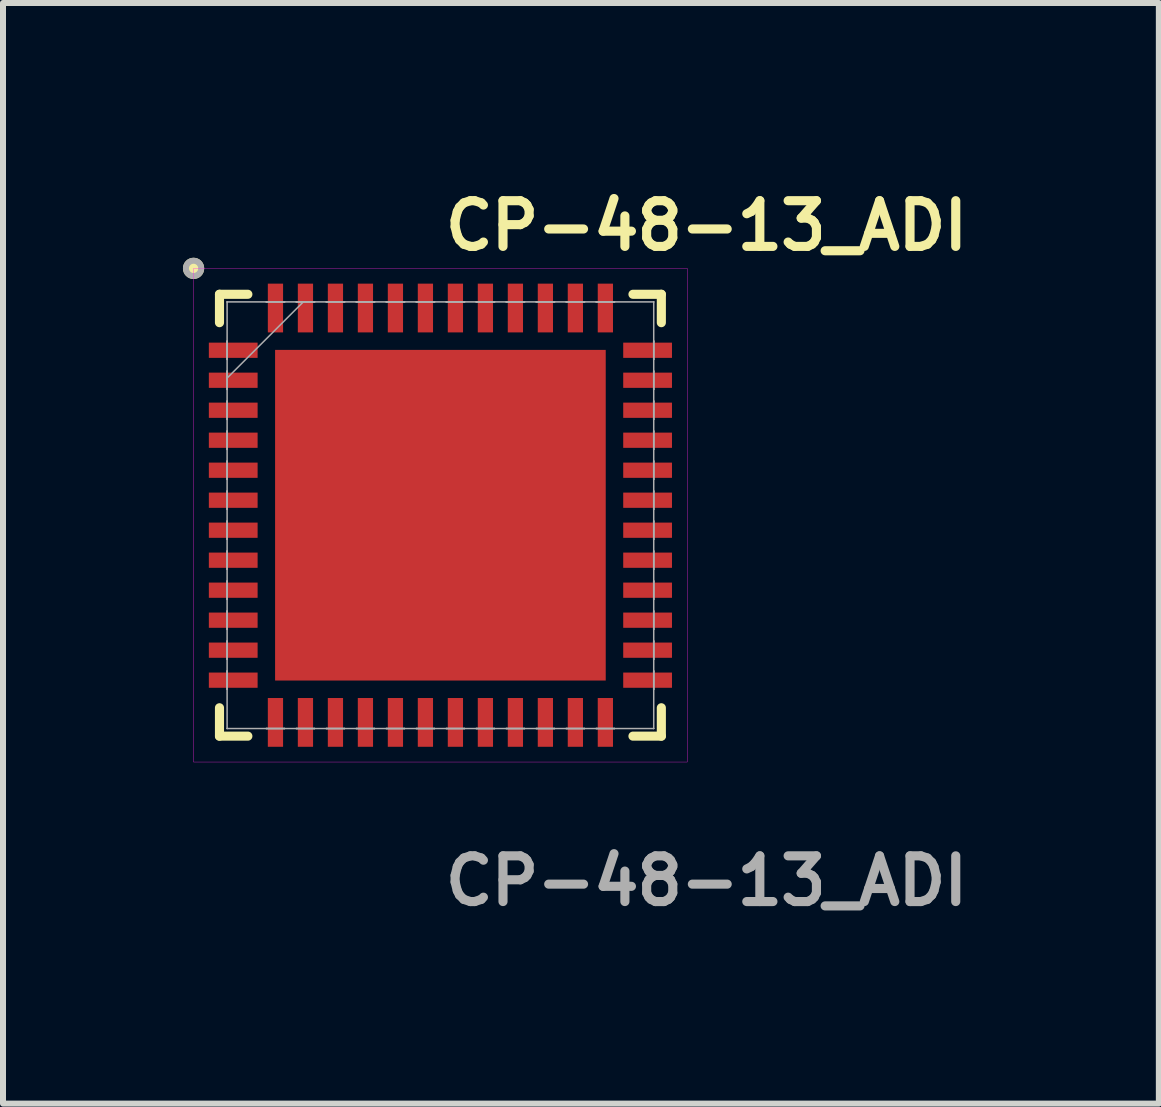
<source format=kicad_pcb>
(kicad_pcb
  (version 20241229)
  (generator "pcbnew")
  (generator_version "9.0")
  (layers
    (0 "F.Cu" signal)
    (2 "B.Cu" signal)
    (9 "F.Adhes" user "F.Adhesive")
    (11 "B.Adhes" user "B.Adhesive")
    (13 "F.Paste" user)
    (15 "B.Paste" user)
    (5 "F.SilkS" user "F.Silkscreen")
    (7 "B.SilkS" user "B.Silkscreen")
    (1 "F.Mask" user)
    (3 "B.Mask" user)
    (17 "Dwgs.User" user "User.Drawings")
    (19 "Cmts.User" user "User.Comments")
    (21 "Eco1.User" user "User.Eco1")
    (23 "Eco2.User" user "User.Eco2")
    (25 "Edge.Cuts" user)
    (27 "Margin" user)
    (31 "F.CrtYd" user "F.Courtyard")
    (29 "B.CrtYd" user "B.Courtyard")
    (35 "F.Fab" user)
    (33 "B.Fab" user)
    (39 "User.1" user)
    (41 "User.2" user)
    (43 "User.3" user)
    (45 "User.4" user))
  (footprint "CP-48-13_ADI"
    (layer "F.Cu")
    (at 4.292 5.539)
    (property "Reference" "CP-48-13_ADI" (at 0 -4.826 0) (unlocked yes) (layer "F.SilkS") (effects (font (size 0.762 0.762) (thickness 0.152) (bold yes)) (justify left)))
    (attr smd)
    (fp_line (start -3.683 -3.683) (end -3.683 -3.21) (stroke (width 0.152) (type solid)) (layer "F.SilkS"))
    (fp_line (start -3.683 3.21) (end -3.683 3.683) (stroke (width 0.152) (type solid)) (layer "F.SilkS"))
    (fp_line (start -3.683 3.683) (end -3.21 3.683) (stroke (width 0.152) (type solid)) (layer "F.SilkS"))
    (fp_line (start -3.21 -3.683) (end -3.683 -3.683) (stroke (width 0.152) (type solid)) (layer "F.SilkS"))
    (fp_line (start 3.21 3.683) (end 3.683 3.683) (stroke (width 0.152) (type solid)) (layer "F.SilkS"))
    (fp_line (start 3.683 -3.683) (end 3.21 -3.683) (stroke (width 0.152) (type solid)) (layer "F.SilkS"))
    (fp_line (start 3.683 -3.21) (end 3.683 -3.683) (stroke (width 0.152) (type solid)) (layer "F.SilkS"))
    (fp_line (start 3.683 3.683) (end 3.683 3.21) (stroke (width 0.152) (type solid)) (layer "F.SilkS"))
    (fp_circle (center -4.115 -4.115) (end -3.988 -4.115) (stroke (width 0.1) (type solid)) (fill yes) (layer "F.SilkS"))
    (fp_poly (pts (xy -2.656 -2.656) (xy -2.656 -1.478) (xy -1.478 -1.478) (xy -1.478 -2.656)) (stroke (width 0) (type solid)) (fill yes) (layer "F.Paste"))
    (fp_poly (pts (xy -2.656 -1.278) (xy -2.656 -0.1) (xy -1.478 -0.1) (xy -1.478 -1.278)) (stroke (width 0) (type solid)) (fill yes) (layer "F.Paste"))
    (fp_poly (pts (xy -2.656 0.1) (xy -2.656 1.278) (xy -1.478 1.278) (xy -1.478 0.1)) (stroke (width 0) (type solid)) (fill yes) (layer "F.Paste"))
    (fp_poly (pts (xy -2.656 1.478) (xy -2.656 2.656) (xy -1.478 2.656) (xy -1.478 1.478)) (stroke (width 0) (type solid)) (fill yes) (layer "F.Paste"))
    (fp_poly (pts (xy -1.278 -2.656) (xy -1.278 -1.478) (xy -0.1 -1.478) (xy -0.1 -2.656)) (stroke (width 0) (type solid)) (fill yes) (layer "F.Paste"))
    (fp_poly (pts (xy -1.278 -1.278) (xy -1.278 -0.1) (xy -0.1 -0.1) (xy -0.1 -1.278)) (stroke (width 0) (type solid)) (fill yes) (layer "F.Paste"))
    (fp_poly (pts (xy -1.278 0.1) (xy -1.278 1.278) (xy -0.1 1.278) (xy -0.1 0.1)) (stroke (width 0) (type solid)) (fill yes) (layer "F.Paste"))
    (fp_poly (pts (xy -1.278 1.478) (xy -1.278 2.656) (xy -0.1 2.656) (xy -0.1 1.478)) (stroke (width 0) (type solid)) (fill yes) (layer "F.Paste"))
    (fp_poly (pts (xy 0.1 -2.656) (xy 0.1 -1.478) (xy 1.278 -1.478) (xy 1.278 -2.656)) (stroke (width 0) (type solid)) (fill yes) (layer "F.Paste"))
    (fp_poly (pts (xy 0.1 -1.278) (xy 0.1 -0.1) (xy 1.278 -0.1) (xy 1.278 -1.278)) (stroke (width 0) (type solid)) (fill yes) (layer "F.Paste"))
    (fp_poly (pts (xy 0.1 0.1) (xy 0.1 1.278) (xy 1.278 1.278) (xy 1.278 0.1)) (stroke (width 0) (type solid)) (fill yes) (layer "F.Paste"))
    (fp_poly (pts (xy 0.1 1.478) (xy 0.1 2.656) (xy 1.278 2.656) (xy 1.278 1.478)) (stroke (width 0) (type solid)) (fill yes) (layer "F.Paste"))
    (fp_poly (pts (xy 1.478 -2.656) (xy 1.478 -1.478) (xy 2.656 -1.478) (xy 2.656 -2.656)) (stroke (width 0) (type solid)) (fill yes) (layer "F.Paste"))
    (fp_poly (pts (xy 1.478 -1.278) (xy 1.478 -0.1) (xy 2.656 -0.1) (xy 2.656 -1.278)) (stroke (width 0) (type solid)) (fill yes) (layer "F.Paste"))
    (fp_poly (pts (xy 1.478 0.1) (xy 1.478 1.278) (xy 2.656 1.278) (xy 2.656 0.1)) (stroke (width 0) (type solid)) (fill yes) (layer "F.Paste"))
    (fp_poly (pts (xy 1.478 1.478) (xy 1.478 2.656) (xy 2.656 2.656) (xy 2.656 1.478)) (stroke (width 0) (type solid)) (fill yes) (layer "F.Paste"))
    (fp_rect (start -4.115 -4.115) (end 4.115 4.115) (stroke (width 0.006) (type default)) (fill no) (layer "F.CrtYd"))
    (fp_line (start -3.556 -3.556) (end -3.556 -3.556) (stroke (width 0.025) (type solid)) (layer "F.Fab"))
    (fp_line (start -3.556 -3.556) (end -3.556 3.556) (stroke (width 0.025) (type solid)) (layer "F.Fab"))
    (fp_line (start -3.556 -2.902) (end -3.556 -2.902) (stroke (width 0.025) (type solid)) (layer "F.Fab"))
    (fp_line (start -3.556 -2.902) (end -3.556 -2.598) (stroke (width 0.025) (type solid)) (layer "F.Fab"))
    (fp_line (start -3.556 -2.598) (end -3.556 -2.902) (stroke (width 0.025) (type solid)) (layer "F.Fab"))
    (fp_line (start -3.556 -2.598) (end -3.556 -2.598) (stroke (width 0.025) (type solid)) (layer "F.Fab"))
    (fp_line (start -3.556 -2.402) (end -3.556 -2.402) (stroke (width 0.025) (type solid)) (layer "F.Fab"))
    (fp_line (start -3.556 -2.402) (end -3.556 -2.098) (stroke (width 0.025) (type solid)) (layer "F.Fab"))
    (fp_line (start -3.556 -2.286) (end -2.286 -3.556) (stroke (width 0.025) (type solid)) (layer "F.Fab"))
    (fp_line (start -3.556 -2.098) (end -3.556 -2.402) (stroke (width 0.025) (type solid)) (layer "F.Fab"))
    (fp_line (start -3.556 -2.098) (end -3.556 -2.098) (stroke (width 0.025) (type solid)) (layer "F.Fab"))
    (fp_line (start -3.556 -1.902) (end -3.556 -1.902) (stroke (width 0.025) (type solid)) (layer "F.Fab"))
    (fp_line (start -3.556 -1.902) (end -3.556 -1.598) (stroke (width 0.025) (type solid)) (layer "F.Fab"))
    (fp_line (start -3.556 -1.598) (end -3.556 -1.902) (stroke (width 0.025) (type solid)) (layer "F.Fab"))
    (fp_line (start -3.556 -1.598) (end -3.556 -1.598) (stroke (width 0.025) (type solid)) (layer "F.Fab"))
    (fp_line (start -3.556 -1.402) (end -3.556 -1.402) (stroke (width 0.025) (type solid)) (layer "F.Fab"))
    (fp_line (start -3.556 -1.402) (end -3.556 -1.098) (stroke (width 0.025) (type solid)) (layer "F.Fab"))
    (fp_line (start -3.556 -1.098) (end -3.556 -1.402) (stroke (width 0.025) (type solid)) (layer "F.Fab"))
    (fp_line (start -3.556 -1.098) (end -3.556 -1.098) (stroke (width 0.025) (type solid)) (layer "F.Fab"))
    (fp_line (start -3.556 -0.902) (end -3.556 -0.902) (stroke (width 0.025) (type solid)) (layer "F.Fab"))
    (fp_line (start -3.556 -0.902) (end -3.556 -0.598) (stroke (width 0.025) (type solid)) (layer "F.Fab"))
    (fp_line (start -3.556 -0.598) (end -3.556 -0.902) (stroke (width 0.025) (type solid)) (layer "F.Fab"))
    (fp_line (start -3.556 -0.598) (end -3.556 -0.598) (stroke (width 0.025) (type solid)) (layer "F.Fab"))
    (fp_line (start -3.556 -0.402) (end -3.556 -0.402) (stroke (width 0.025) (type solid)) (layer "F.Fab"))
    (fp_line (start -3.556 -0.402) (end -3.556 -0.098) (stroke (width 0.025) (type solid)) (layer "F.Fab"))
    (fp_line (start -3.556 -0.098) (end -3.556 -0.402) (stroke (width 0.025) (type solid)) (layer "F.Fab"))
    (fp_line (start -3.556 -0.098) (end -3.556 -0.098) (stroke (width 0.025) (type solid)) (layer "F.Fab"))
    (fp_line (start -3.556 0.098) (end -3.556 0.098) (stroke (width 0.025) (type solid)) (layer "F.Fab"))
    (fp_line (start -3.556 0.098) (end -3.556 0.402) (stroke (width 0.025) (type solid)) (layer "F.Fab"))
    (fp_line (start -3.556 0.402) (end -3.556 0.098) (stroke (width 0.025) (type solid)) (layer "F.Fab"))
    (fp_line (start -3.556 0.402) (end -3.556 0.402) (stroke (width 0.025) (type solid)) (layer "F.Fab"))
    (fp_line (start -3.556 0.598) (end -3.556 0.598) (stroke (width 0.025) (type solid)) (layer "F.Fab"))
    (fp_line (start -3.556 0.598) (end -3.556 0.902) (stroke (width 0.025) (type solid)) (layer "F.Fab"))
    (fp_line (start -3.556 0.902) (end -3.556 0.598) (stroke (width 0.025) (type solid)) (layer "F.Fab"))
    (fp_line (start -3.556 0.902) (end -3.556 0.902) (stroke (width 0.025) (type solid)) (layer "F.Fab"))
    (fp_line (start -3.556 1.098) (end -3.556 1.098) (stroke (width 0.025) (type solid)) (layer "F.Fab"))
    (fp_line (start -3.556 1.098) (end -3.556 1.402) (stroke (width 0.025) (type solid)) (layer "F.Fab"))
    (fp_line (start -3.556 1.402) (end -3.556 1.098) (stroke (width 0.025) (type solid)) (layer "F.Fab"))
    (fp_line (start -3.556 1.402) (end -3.556 1.402) (stroke (width 0.025) (type solid)) (layer "F.Fab"))
    (fp_line (start -3.556 1.598) (end -3.556 1.598) (stroke (width 0.025) (type solid)) (layer "F.Fab"))
    (fp_line (start -3.556 1.598) (end -3.556 1.902) (stroke (width 0.025) (type solid)) (layer "F.Fab"))
    (fp_line (start -3.556 1.902) (end -3.556 1.598) (stroke (width 0.025) (type solid)) (layer "F.Fab"))
    (fp_line (start -3.556 1.902) (end -3.556 1.902) (stroke (width 0.025) (type solid)) (layer "F.Fab"))
    (fp_line (start -3.556 2.098) (end -3.556 2.098) (stroke (width 0.025) (type solid)) (layer "F.Fab"))
    (fp_line (start -3.556 2.098) (end -3.556 2.402) (stroke (width 0.025) (type solid)) (layer "F.Fab"))
    (fp_line (start -3.556 2.402) (end -3.556 2.098) (stroke (width 0.025) (type solid)) (layer "F.Fab"))
    (fp_line (start -3.556 2.402) (end -3.556 2.402) (stroke (width 0.025) (type solid)) (layer "F.Fab"))
    (fp_line (start -3.556 2.598) (end -3.556 2.598) (stroke (width 0.025) (type solid)) (layer "F.Fab"))
    (fp_line (start -3.556 2.598) (end -3.556 2.902) (stroke (width 0.025) (type solid)) (layer "F.Fab"))
    (fp_line (start -3.556 2.902) (end -3.556 2.598) (stroke (width 0.025) (type solid)) (layer "F.Fab"))
    (fp_line (start -3.556 2.902) (end -3.556 2.902) (stroke (width 0.025) (type solid)) (layer "F.Fab"))
    (fp_line (start -3.556 3.556) (end -3.556 3.556) (stroke (width 0.025) (type solid)) (layer "F.Fab"))
    (fp_line (start -3.556 3.556) (end 3.556 3.556) (stroke (width 0.025) (type solid)) (layer "F.Fab"))
    (fp_line (start -2.902 -3.556) (end -2.902 -3.556) (stroke (width 0.025) (type solid)) (layer "F.Fab"))
    (fp_line (start -2.902 -3.556) (end -2.598 -3.556) (stroke (width 0.025) (type solid)) (layer "F.Fab"))
    (fp_line (start -2.902 3.556) (end -2.902 3.556) (stroke (width 0.025) (type solid)) (layer "F.Fab"))
    (fp_line (start -2.902 3.556) (end -2.598 3.556) (stroke (width 0.025) (type solid)) (layer "F.Fab"))
    (fp_line (start -2.598 -3.556) (end -2.902 -3.556) (stroke (width 0.025) (type solid)) (layer "F.Fab"))
    (fp_line (start -2.598 -3.556) (end -2.598 -3.556) (stroke (width 0.025) (type solid)) (layer "F.Fab"))
    (fp_line (start -2.598 3.556) (end -2.902 3.556) (stroke (width 0.025) (type solid)) (layer "F.Fab"))
    (fp_line (start -2.598 3.556) (end -2.598 3.556) (stroke (width 0.025) (type solid)) (layer "F.Fab"))
    (fp_line (start -2.402 -3.556) (end -2.402 -3.556) (stroke (width 0.025) (type solid)) (layer "F.Fab"))
    (fp_line (start -2.402 -3.556) (end -2.098 -3.556) (stroke (width 0.025) (type solid)) (layer "F.Fab"))
    (fp_line (start -2.402 3.556) (end -2.402 3.556) (stroke (width 0.025) (type solid)) (layer "F.Fab"))
    (fp_line (start -2.402 3.556) (end -2.098 3.556) (stroke (width 0.025) (type solid)) (layer "F.Fab"))
    (fp_line (start -2.098 -3.556) (end -2.402 -3.556) (stroke (width 0.025) (type solid)) (layer "F.Fab"))
    (fp_line (start -2.098 -3.556) (end -2.098 -3.556) (stroke (width 0.025) (type solid)) (layer "F.Fab"))
    (fp_line (start -2.098 3.556) (end -2.402 3.556) (stroke (width 0.025) (type solid)) (layer "F.Fab"))
    (fp_line (start -2.098 3.556) (end -2.098 3.556) (stroke (width 0.025) (type solid)) (layer "F.Fab"))
    (fp_line (start -1.902 -3.556) (end -1.902 -3.556) (stroke (width 0.025) (type solid)) (layer "F.Fab"))
    (fp_line (start -1.902 -3.556) (end -1.598 -3.556) (stroke (width 0.025) (type solid)) (layer "F.Fab"))
    (fp_line (start -1.902 3.556) (end -1.902 3.556) (stroke (width 0.025) (type solid)) (layer "F.Fab"))
    (fp_line (start -1.902 3.556) (end -1.598 3.556) (stroke (width 0.025) (type solid)) (layer "F.Fab"))
    (fp_line (start -1.598 -3.556) (end -1.902 -3.556) (stroke (width 0.025) (type solid)) (layer "F.Fab"))
    (fp_line (start -1.598 -3.556) (end -1.598 -3.556) (stroke (width 0.025) (type solid)) (layer "F.Fab"))
    (fp_line (start -1.598 3.556) (end -1.902 3.556) (stroke (width 0.025) (type solid)) (layer "F.Fab"))
    (fp_line (start -1.598 3.556) (end -1.598 3.556) (stroke (width 0.025) (type solid)) (layer "F.Fab"))
    (fp_line (start -1.402 -3.556) (end -1.402 -3.556) (stroke (width 0.025) (type solid)) (layer "F.Fab"))
    (fp_line (start -1.402 -3.556) (end -1.098 -3.556) (stroke (width 0.025) (type solid)) (layer "F.Fab"))
    (fp_line (start -1.402 3.556) (end -1.402 3.556) (stroke (width 0.025) (type solid)) (layer "F.Fab"))
    (fp_line (start -1.402 3.556) (end -1.098 3.556) (stroke (width 0.025) (type solid)) (layer "F.Fab"))
    (fp_line (start -1.098 -3.556) (end -1.402 -3.556) (stroke (width 0.025) (type solid)) (layer "F.Fab"))
    (fp_line (start -1.098 -3.556) (end -1.098 -3.556) (stroke (width 0.025) (type solid)) (layer "F.Fab"))
    (fp_line (start -1.098 3.556) (end -1.402 3.556) (stroke (width 0.025) (type solid)) (layer "F.Fab"))
    (fp_line (start -1.098 3.556) (end -1.098 3.556) (stroke (width 0.025) (type solid)) (layer "F.Fab"))
    (fp_line (start -0.902 -3.556) (end -0.902 -3.556) (stroke (width 0.025) (type solid)) (layer "F.Fab"))
    (fp_line (start -0.902 -3.556) (end -0.598 -3.556) (stroke (width 0.025) (type solid)) (layer "F.Fab"))
    (fp_line (start -0.902 3.556) (end -0.902 3.556) (stroke (width 0.025) (type solid)) (layer "F.Fab"))
    (fp_line (start -0.902 3.556) (end -0.598 3.556) (stroke (width 0.025) (type solid)) (layer "F.Fab"))
    (fp_line (start -0.598 -3.556) (end -0.902 -3.556) (stroke (width 0.025) (type solid)) (layer "F.Fab"))
    (fp_line (start -0.598 -3.556) (end -0.598 -3.556) (stroke (width 0.025) (type solid)) (layer "F.Fab"))
    (fp_line (start -0.598 3.556) (end -0.902 3.556) (stroke (width 0.025) (type solid)) (layer "F.Fab"))
    (fp_line (start -0.598 3.556) (end -0.598 3.556) (stroke (width 0.025) (type solid)) (layer "F.Fab"))
    (fp_line (start -0.402 -3.556) (end -0.402 -3.556) (stroke (width 0.025) (type solid)) (layer "F.Fab"))
    (fp_line (start -0.402 -3.556) (end -0.098 -3.556) (stroke (width 0.025) (type solid)) (layer "F.Fab"))
    (fp_line (start -0.402 3.556) (end -0.402 3.556) (stroke (width 0.025) (type solid)) (layer "F.Fab"))
    (fp_line (start -0.402 3.556) (end -0.098 3.556) (stroke (width 0.025) (type solid)) (layer "F.Fab"))
    (fp_line (start -0.098 -3.556) (end -0.402 -3.556) (stroke (width 0.025) (type solid)) (layer "F.Fab"))
    (fp_line (start -0.098 -3.556) (end -0.098 -3.556) (stroke (width 0.025) (type solid)) (layer "F.Fab"))
    (fp_line (start -0.098 3.556) (end -0.402 3.556) (stroke (width 0.025) (type solid)) (layer "F.Fab"))
    (fp_line (start -0.098 3.556) (end -0.098 3.556) (stroke (width 0.025) (type solid)) (layer "F.Fab"))
    (fp_line (start 0.098 -3.556) (end 0.098 -3.556) (stroke (width 0.025) (type solid)) (layer "F.Fab"))
    (fp_line (start 0.098 -3.556) (end 0.402 -3.556) (stroke (width 0.025) (type solid)) (layer "F.Fab"))
    (fp_line (start 0.098 3.556) (end 0.098 3.556) (stroke (width 0.025) (type solid)) (layer "F.Fab"))
    (fp_line (start 0.098 3.556) (end 0.402 3.556) (stroke (width 0.025) (type solid)) (layer "F.Fab"))
    (fp_line (start 0.402 -3.556) (end 0.098 -3.556) (stroke (width 0.025) (type solid)) (layer "F.Fab"))
    (fp_line (start 0.402 -3.556) (end 0.402 -3.556) (stroke (width 0.025) (type solid)) (layer "F.Fab"))
    (fp_line (start 0.402 3.556) (end 0.098 3.556) (stroke (width 0.025) (type solid)) (layer "F.Fab"))
    (fp_line (start 0.402 3.556) (end 0.402 3.556) (stroke (width 0.025) (type solid)) (layer "F.Fab"))
    (fp_line (start 0.598 -3.556) (end 0.598 -3.556) (stroke (width 0.025) (type solid)) (layer "F.Fab"))
    (fp_line (start 0.598 -3.556) (end 0.902 -3.556) (stroke (width 0.025) (type solid)) (layer "F.Fab"))
    (fp_line (start 0.598 3.556) (end 0.598 3.556) (stroke (width 0.025) (type solid)) (layer "F.Fab"))
    (fp_line (start 0.598 3.556) (end 0.902 3.556) (stroke (width 0.025) (type solid)) (layer "F.Fab"))
    (fp_line (start 0.902 -3.556) (end 0.598 -3.556) (stroke (width 0.025) (type solid)) (layer "F.Fab"))
    (fp_line (start 0.902 -3.556) (end 0.902 -3.556) (stroke (width 0.025) (type solid)) (layer "F.Fab"))
    (fp_line (start 0.902 3.556) (end 0.598 3.556) (stroke (width 0.025) (type solid)) (layer "F.Fab"))
    (fp_line (start 0.902 3.556) (end 0.902 3.556) (stroke (width 0.025) (type solid)) (layer "F.Fab"))
    (fp_line (start 1.098 -3.556) (end 1.098 -3.556) (stroke (width 0.025) (type solid)) (layer "F.Fab"))
    (fp_line (start 1.098 -3.556) (end 1.402 -3.556) (stroke (width 0.025) (type solid)) (layer "F.Fab"))
    (fp_line (start 1.098 3.556) (end 1.098 3.556) (stroke (width 0.025) (type solid)) (layer "F.Fab"))
    (fp_line (start 1.098 3.556) (end 1.402 3.556) (stroke (width 0.025) (type solid)) (layer "F.Fab"))
    (fp_line (start 1.402 -3.556) (end 1.098 -3.556) (stroke (width 0.025) (type solid)) (layer "F.Fab"))
    (fp_line (start 1.402 -3.556) (end 1.402 -3.556) (stroke (width 0.025) (type solid)) (layer "F.Fab"))
    (fp_line (start 1.402 3.556) (end 1.098 3.556) (stroke (width 0.025) (type solid)) (layer "F.Fab"))
    (fp_line (start 1.402 3.556) (end 1.402 3.556) (stroke (width 0.025) (type solid)) (layer "F.Fab"))
    (fp_line (start 1.598 -3.556) (end 1.598 -3.556) (stroke (width 0.025) (type solid)) (layer "F.Fab"))
    (fp_line (start 1.598 -3.556) (end 1.902 -3.556) (stroke (width 0.025) (type solid)) (layer "F.Fab"))
    (fp_line (start 1.598 3.556) (end 1.598 3.556) (stroke (width 0.025) (type solid)) (layer "F.Fab"))
    (fp_line (start 1.598 3.556) (end 1.902 3.556) (stroke (width 0.025) (type solid)) (layer "F.Fab"))
    (fp_line (start 1.902 -3.556) (end 1.598 -3.556) (stroke (width 0.025) (type solid)) (layer "F.Fab"))
    (fp_line (start 1.902 -3.556) (end 1.902 -3.556) (stroke (width 0.025) (type solid)) (layer "F.Fab"))
    (fp_line (start 1.902 3.556) (end 1.598 3.556) (stroke (width 0.025) (type solid)) (layer "F.Fab"))
    (fp_line (start 1.902 3.556) (end 1.902 3.556) (stroke (width 0.025) (type solid)) (layer "F.Fab"))
    (fp_line (start 2.098 -3.556) (end 2.098 -3.556) (stroke (width 0.025) (type solid)) (layer "F.Fab"))
    (fp_line (start 2.098 -3.556) (end 2.402 -3.556) (stroke (width 0.025) (type solid)) (layer "F.Fab"))
    (fp_line (start 2.098 3.556) (end 2.098 3.556) (stroke (width 0.025) (type solid)) (layer "F.Fab"))
    (fp_line (start 2.098 3.556) (end 2.402 3.556) (stroke (width 0.025) (type solid)) (layer "F.Fab"))
    (fp_line (start 2.402 -3.556) (end 2.098 -3.556) (stroke (width 0.025) (type solid)) (layer "F.Fab"))
    (fp_line (start 2.402 -3.556) (end 2.402 -3.556) (stroke (width 0.025) (type solid)) (layer "F.Fab"))
    (fp_line (start 2.402 3.556) (end 2.098 3.556) (stroke (width 0.025) (type solid)) (layer "F.Fab"))
    (fp_line (start 2.402 3.556) (end 2.402 3.556) (stroke (width 0.025) (type solid)) (layer "F.Fab"))
    (fp_line (start 2.598 -3.556) (end 2.598 -3.556) (stroke (width 0.025) (type solid)) (layer "F.Fab"))
    (fp_line (start 2.598 -3.556) (end 2.902 -3.556) (stroke (width 0.025) (type solid)) (layer "F.Fab"))
    (fp_line (start 2.598 3.556) (end 2.598 3.556) (stroke (width 0.025) (type solid)) (layer "F.Fab"))
    (fp_line (start 2.598 3.556) (end 2.902 3.556) (stroke (width 0.025) (type solid)) (layer "F.Fab"))
    (fp_line (start 2.902 -3.556) (end 2.598 -3.556) (stroke (width 0.025) (type solid)) (layer "F.Fab"))
    (fp_line (start 2.902 -3.556) (end 2.902 -3.556) (stroke (width 0.025) (type solid)) (layer "F.Fab"))
    (fp_line (start 2.902 3.556) (end 2.598 3.556) (stroke (width 0.025) (type solid)) (layer "F.Fab"))
    (fp_line (start 2.902 3.556) (end 2.902 3.556) (stroke (width 0.025) (type solid)) (layer "F.Fab"))
    (fp_line (start 3.556 -3.556) (end -3.556 -3.556) (stroke (width 0.025) (type solid)) (layer "F.Fab"))
    (fp_line (start 3.556 -3.556) (end 3.556 -3.556) (stroke (width 0.025) (type solid)) (layer "F.Fab"))
    (fp_line (start 3.556 -2.902) (end 3.556 -2.902) (stroke (width 0.025) (type solid)) (layer "F.Fab"))
    (fp_line (start 3.556 -2.902) (end 3.556 -2.598) (stroke (width 0.025) (type solid)) (layer "F.Fab"))
    (fp_line (start 3.556 -2.598) (end 3.556 -2.902) (stroke (width 0.025) (type solid)) (layer "F.Fab"))
    (fp_line (start 3.556 -2.598) (end 3.556 -2.598) (stroke (width 0.025) (type solid)) (layer "F.Fab"))
    (fp_line (start 3.556 -2.402) (end 3.556 -2.402) (stroke (width 0.025) (type solid)) (layer "F.Fab"))
    (fp_line (start 3.556 -2.402) (end 3.556 -2.098) (stroke (width 0.025) (type solid)) (layer "F.Fab"))
    (fp_line (start 3.556 -2.098) (end 3.556 -2.402) (stroke (width 0.025) (type solid)) (layer "F.Fab"))
    (fp_line (start 3.556 -2.098) (end 3.556 -2.098) (stroke (width 0.025) (type solid)) (layer "F.Fab"))
    (fp_line (start 3.556 -1.902) (end 3.556 -1.902) (stroke (width 0.025) (type solid)) (layer "F.Fab"))
    (fp_line (start 3.556 -1.902) (end 3.556 -1.598) (stroke (width 0.025) (type solid)) (layer "F.Fab"))
    (fp_line (start 3.556 -1.598) (end 3.556 -1.902) (stroke (width 0.025) (type solid)) (layer "F.Fab"))
    (fp_line (start 3.556 -1.598) (end 3.556 -1.598) (stroke (width 0.025) (type solid)) (layer "F.Fab"))
    (fp_line (start 3.556 -1.402) (end 3.556 -1.402) (stroke (width 0.025) (type solid)) (layer "F.Fab"))
    (fp_line (start 3.556 -1.402) (end 3.556 -1.098) (stroke (width 0.025) (type solid)) (layer "F.Fab"))
    (fp_line (start 3.556 -1.098) (end 3.556 -1.402) (stroke (width 0.025) (type solid)) (layer "F.Fab"))
    (fp_line (start 3.556 -1.098) (end 3.556 -1.098) (stroke (width 0.025) (type solid)) (layer "F.Fab"))
    (fp_line (start 3.556 -0.902) (end 3.556 -0.902) (stroke (width 0.025) (type solid)) (layer "F.Fab"))
    (fp_line (start 3.556 -0.902) (end 3.556 -0.598) (stroke (width 0.025) (type solid)) (layer "F.Fab"))
    (fp_line (start 3.556 -0.598) (end 3.556 -0.902) (stroke (width 0.025) (type solid)) (layer "F.Fab"))
    (fp_line (start 3.556 -0.598) (end 3.556 -0.598) (stroke (width 0.025) (type solid)) (layer "F.Fab"))
    (fp_line (start 3.556 -0.402) (end 3.556 -0.402) (stroke (width 0.025) (type solid)) (layer "F.Fab"))
    (fp_line (start 3.556 -0.402) (end 3.556 -0.098) (stroke (width 0.025) (type solid)) (layer "F.Fab"))
    (fp_line (start 3.556 -0.098) (end 3.556 -0.402) (stroke (width 0.025) (type solid)) (layer "F.Fab"))
    (fp_line (start 3.556 -0.098) (end 3.556 -0.098) (stroke (width 0.025) (type solid)) (layer "F.Fab"))
    (fp_line (start 3.556 0.098) (end 3.556 0.098) (stroke (width 0.025) (type solid)) (layer "F.Fab"))
    (fp_line (start 3.556 0.098) (end 3.556 0.402) (stroke (width 0.025) (type solid)) (layer "F.Fab"))
    (fp_line (start 3.556 0.402) (end 3.556 0.098) (stroke (width 0.025) (type solid)) (layer "F.Fab"))
    (fp_line (start 3.556 0.402) (end 3.556 0.402) (stroke (width 0.025) (type solid)) (layer "F.Fab"))
    (fp_line (start 3.556 0.598) (end 3.556 0.598) (stroke (width 0.025) (type solid)) (layer "F.Fab"))
    (fp_line (start 3.556 0.598) (end 3.556 0.902) (stroke (width 0.025) (type solid)) (layer "F.Fab"))
    (fp_line (start 3.556 0.902) (end 3.556 0.598) (stroke (width 0.025) (type solid)) (layer "F.Fab"))
    (fp_line (start 3.556 0.902) (end 3.556 0.902) (stroke (width 0.025) (type solid)) (layer "F.Fab"))
    (fp_line (start 3.556 1.098) (end 3.556 1.098) (stroke (width 0.025) (type solid)) (layer "F.Fab"))
    (fp_line (start 3.556 1.098) (end 3.556 1.402) (stroke (width 0.025) (type solid)) (layer "F.Fab"))
    (fp_line (start 3.556 1.402) (end 3.556 1.098) (stroke (width 0.025) (type solid)) (layer "F.Fab"))
    (fp_line (start 3.556 1.402) (end 3.556 1.402) (stroke (width 0.025) (type solid)) (layer "F.Fab"))
    (fp_line (start 3.556 1.598) (end 3.556 1.598) (stroke (width 0.025) (type solid)) (layer "F.Fab"))
    (fp_line (start 3.556 1.598) (end 3.556 1.902) (stroke (width 0.025) (type solid)) (layer "F.Fab"))
    (fp_line (start 3.556 1.902) (end 3.556 1.598) (stroke (width 0.025) (type solid)) (layer "F.Fab"))
    (fp_line (start 3.556 1.902) (end 3.556 1.902) (stroke (width 0.025) (type solid)) (layer "F.Fab"))
    (fp_line (start 3.556 2.098) (end 3.556 2.098) (stroke (width 0.025) (type solid)) (layer "F.Fab"))
    (fp_line (start 3.556 2.098) (end 3.556 2.402) (stroke (width 0.025) (type solid)) (layer "F.Fab"))
    (fp_line (start 3.556 2.402) (end 3.556 2.098) (stroke (width 0.025) (type solid)) (layer "F.Fab"))
    (fp_line (start 3.556 2.402) (end 3.556 2.402) (stroke (width 0.025) (type solid)) (layer "F.Fab"))
    (fp_line (start 3.556 2.598) (end 3.556 2.598) (stroke (width 0.025) (type solid)) (layer "F.Fab"))
    (fp_line (start 3.556 2.598) (end 3.556 2.902) (stroke (width 0.025) (type solid)) (layer "F.Fab"))
    (fp_line (start 3.556 2.902) (end 3.556 2.598) (stroke (width 0.025) (type solid)) (layer "F.Fab"))
    (fp_line (start 3.556 2.902) (end 3.556 2.902) (stroke (width 0.025) (type solid)) (layer "F.Fab"))
    (fp_line (start 3.556 3.556) (end 3.556 -3.556) (stroke (width 0.025) (type solid)) (layer "F.Fab"))
    (fp_line (start 3.556 3.556) (end 3.556 3.556) (stroke (width 0.025) (type solid)) (layer "F.Fab"))
    (fp_circle (center -4.115 -4.115) (end -3.988 -4.115) (stroke (width 0.1) (type solid)) (fill no) (layer "F.Fab"))
    (fp_text user "${REFERENCE}" (at 0 6.096 0) (unlocked yes) (layer "F.Fab") (effects (font (size 0.762 0.762) (thickness 0.152) (bold yes)) (justify left)))
    (pad "1" smd rect (at -3.454 -2.75 90) (size 0.254 0.813) (layers "F.Cu" "F.Mask" "F.Paste"))
    (pad "2" smd rect (at -3.454 -2.25 90) (size 0.254 0.813) (layers "F.Cu" "F.Mask" "F.Paste"))
    (pad "3" smd rect (at -3.454 -1.75 90) (size 0.254 0.813) (layers "F.Cu" "F.Mask" "F.Paste"))
    (pad "4" smd rect (at -3.454 -1.25 90) (size 0.254 0.813) (layers "F.Cu" "F.Mask" "F.Paste"))
    (pad "5" smd rect (at -3.454 -0.75 90) (size 0.254 0.813) (layers "F.Cu" "F.Mask" "F.Paste"))
    (pad "6" smd rect (at -3.454 -0.25 90) (size 0.254 0.813) (layers "F.Cu" "F.Mask" "F.Paste"))
    (pad "7" smd rect (at -3.454 0.25 90) (size 0.254 0.813) (layers "F.Cu" "F.Mask" "F.Paste"))
    (pad "8" smd rect (at -3.454 0.75 90) (size 0.254 0.813) (layers "F.Cu" "F.Mask" "F.Paste"))
    (pad "9" smd rect (at -3.454 1.25 90) (size 0.254 0.813) (layers "F.Cu" "F.Mask" "F.Paste"))
    (pad "10" smd rect (at -3.454 1.75 90) (size 0.254 0.813) (layers "F.Cu" "F.Mask" "F.Paste"))
    (pad "11" smd rect (at -3.454 2.25 90) (size 0.254 0.813) (layers "F.Cu" "F.Mask" "F.Paste"))
    (pad "12" smd rect (at -3.454 2.75 90) (size 0.254 0.813) (layers "F.Cu" "F.Mask" "F.Paste"))
    (pad "13" smd rect (at -2.75 3.454) (size 0.254 0.813) (layers "F.Cu" "F.Mask" "F.Paste"))
    (pad "14" smd rect (at -2.25 3.454) (size 0.254 0.813) (layers "F.Cu" "F.Mask" "F.Paste"))
    (pad "15" smd rect (at -1.75 3.454) (size 0.254 0.813) (layers "F.Cu" "F.Mask" "F.Paste"))
    (pad "16" smd rect (at -1.25 3.454) (size 0.254 0.813) (layers "F.Cu" "F.Mask" "F.Paste"))
    (pad "17" smd rect (at -0.75 3.454) (size 0.254 0.813) (layers "F.Cu" "F.Mask" "F.Paste"))
    (pad "18" smd rect (at -0.25 3.454) (size 0.254 0.813) (layers "F.Cu" "F.Mask" "F.Paste"))
    (pad "19" smd rect (at 0.25 3.454) (size 0.254 0.813) (layers "F.Cu" "F.Mask" "F.Paste"))
    (pad "20" smd rect (at 0.75 3.454) (size 0.254 0.813) (layers "F.Cu" "F.Mask" "F.Paste"))
    (pad "21" smd rect (at 1.25 3.454) (size 0.254 0.813) (layers "F.Cu" "F.Mask" "F.Paste"))
    (pad "22" smd rect (at 1.75 3.454) (size 0.254 0.813) (layers "F.Cu" "F.Mask" "F.Paste"))
    (pad "23" smd rect (at 2.25 3.454) (size 0.254 0.813) (layers "F.Cu" "F.Mask" "F.Paste"))
    (pad "24" smd rect (at 2.75 3.454) (size 0.254 0.813) (layers "F.Cu" "F.Mask" "F.Paste"))
    (pad "25" smd rect (at 3.454 2.75 90) (size 0.254 0.813) (layers "F.Cu" "F.Mask" "F.Paste"))
    (pad "26" smd rect (at 3.454 2.25 90) (size 0.254 0.813) (layers "F.Cu" "F.Mask" "F.Paste"))
    (pad "27" smd rect (at 3.454 1.75 90) (size 0.254 0.813) (layers "F.Cu" "F.Mask" "F.Paste"))
    (pad "28" smd rect (at 3.454 1.25 90) (size 0.254 0.813) (layers "F.Cu" "F.Mask" "F.Paste"))
    (pad "29" smd rect (at 3.454 0.75 90) (size 0.254 0.813) (layers "F.Cu" "F.Mask" "F.Paste"))
    (pad "30" smd rect (at 3.454 0.25 90) (size 0.254 0.813) (layers "F.Cu" "F.Mask" "F.Paste"))
    (pad "31" smd rect (at 3.454 -0.25 90) (size 0.254 0.813) (layers "F.Cu" "F.Mask" "F.Paste"))
    (pad "32" smd rect (at 3.454 -0.75 90) (size 0.254 0.813) (layers "F.Cu" "F.Mask" "F.Paste"))
    (pad "33" smd rect (at 3.454 -1.25 90) (size 0.254 0.813) (layers "F.Cu" "F.Mask" "F.Paste"))
    (pad "34" smd rect (at 3.454 -1.75 90) (size 0.254 0.813) (layers "F.Cu" "F.Mask" "F.Paste"))
    (pad "35" smd rect (at 3.454 -2.25 90) (size 0.254 0.813) (layers "F.Cu" "F.Mask" "F.Paste"))
    (pad "36" smd rect (at 3.454 -2.75 90) (size 0.254 0.813) (layers "F.Cu" "F.Mask" "F.Paste"))
    (pad "37" smd rect (at 2.75 -3.454) (size 0.254 0.813) (layers "F.Cu" "F.Mask" "F.Paste"))
    (pad "38" smd rect (at 2.25 -3.454) (size 0.254 0.813) (layers "F.Cu" "F.Mask" "F.Paste"))
    (pad "39" smd rect (at 1.75 -3.454) (size 0.254 0.813) (layers "F.Cu" "F.Mask" "F.Paste"))
    (pad "40" smd rect (at 1.25 -3.454) (size 0.254 0.813) (layers "F.Cu" "F.Mask" "F.Paste"))
    (pad "41" smd rect (at 0.75 -3.454) (size 0.254 0.813) (layers "F.Cu" "F.Mask" "F.Paste"))
    (pad "42" smd rect (at 0.25 -3.454) (size 0.254 0.813) (layers "F.Cu" "F.Mask" "F.Paste"))
    (pad "43" smd rect (at -0.25 -3.454) (size 0.254 0.813) (layers "F.Cu" "F.Mask" "F.Paste"))
    (pad "44" smd rect (at -0.75 -3.454) (size 0.254 0.813) (layers "F.Cu" "F.Mask" "F.Paste"))
    (pad "45" smd rect (at -1.25 -3.454) (size 0.254 0.813) (layers "F.Cu" "F.Mask" "F.Paste"))
    (pad "46" smd rect (at -1.75 -3.454) (size 0.254 0.813) (layers "F.Cu" "F.Mask" "F.Paste"))
    (pad "47" smd rect (at -2.25 -3.454) (size 0.254 0.813) (layers "F.Cu" "F.Mask" "F.Paste"))
    (pad "48" smd rect (at -2.75 -3.454) (size 0.254 0.813) (layers "F.Cu" "F.Mask" "F.Paste"))
    (pad "49" smd rect (at 0 0) (size 5.512 5.512) (layers "F.Cu" "F.Mask" "F.Paste")))
  (gr_rect
    (start -3 -3)
    (end 16.269 15.348)
    (stroke (width 0.1) (type default))
    (fill no)
    (layer "Edge.Cuts")))
</source>
